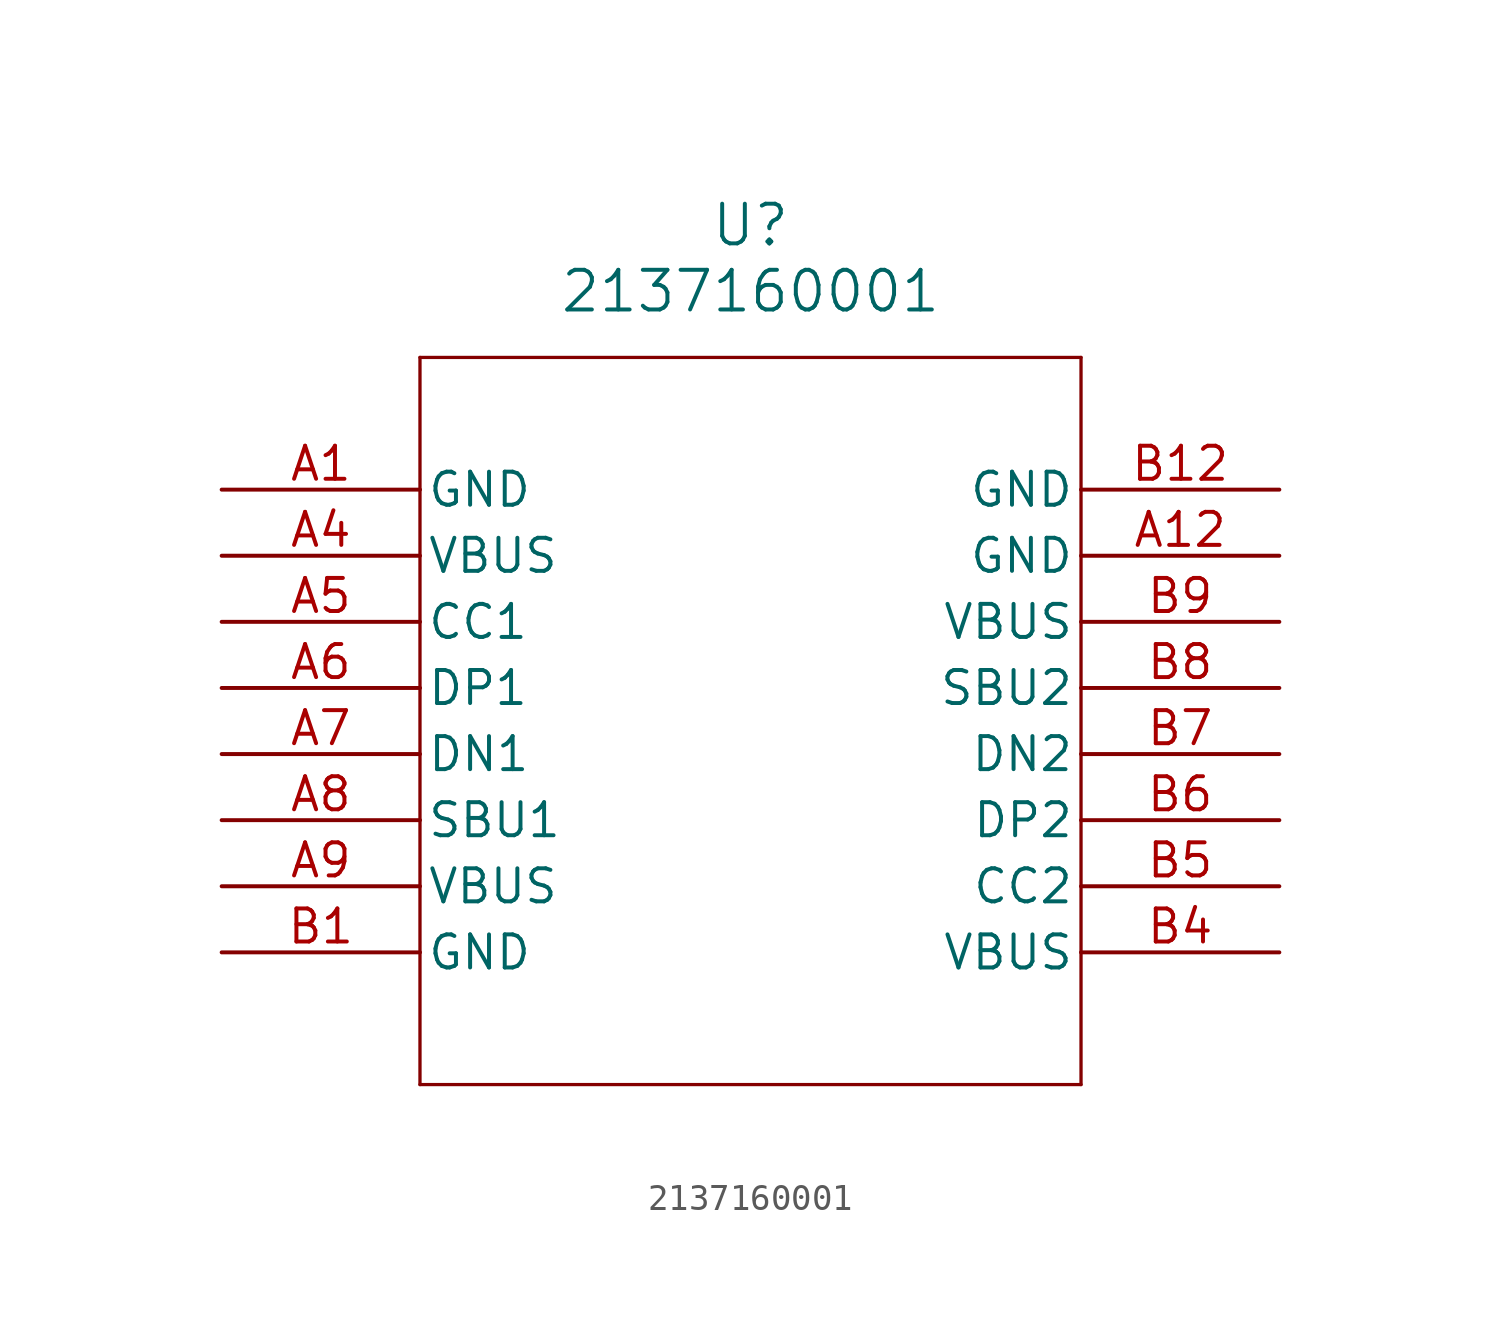
<source format=kicad_sym>
(kicad_symbol_lib
  (version 20211014)
  (generator kicad_symbol_editor)
  (symbol "2137160001"
    (pin_names
      (offset 0.254))
    (property "Reference" "U"
      (at 20.32 10.16 0)
      (effects (font (size 1.524 1.524))))
    (property "Value" "2137160001"
      (at 20.32 7.62 0)
      (effects (font (size 1.524 1.524))))
    (symbol "2137160001_0_1"
      (polyline (pts (xy 7.62 5.08) (xy 7.62 -22.86)) (stroke (width 0.127) (type default) (color 0 0 0 0)) (fill (type none)))
      (polyline (pts (xy 7.62 -22.86) (xy 33.02 -22.86)) (stroke (width 0.127) (type default) (color 0 0 0 0)) (fill (type none)))
      (polyline (pts (xy 33.02 -22.86) (xy 33.02 5.08)) (stroke (width 0.127) (type default) (color 0 0 0 0)) (fill (type none)))
      (polyline (pts (xy 33.02 5.08) (xy 7.62 5.08)) (stroke (width 0.127) (type default) (color 0 0 0 0)) (fill (type none)))
      (pin power_out line (at 0 0 0) (length 7.62) (name "GND" (effects (font (size 1.27 1.27)))) (number "A1" (effects (font (size 1.27 1.27)))))
      (pin power_in line (at 0 -2.54 0) (length 7.62) (name "VBUS" (effects (font (size 1.27 1.27)))) (number "A4" (effects (font (size 1.27 1.27)))))
      (pin bidirectional line (at 0 -5.08 0) (length 7.62) (name "CC1" (effects (font (size 1.27 1.27)))) (number "A5" (effects (font (size 1.27 1.27)))))
      (pin bidirectional line (at 0 -7.62 0) (length 7.62) (name "DP1" (effects (font (size 1.27 1.27)))) (number "A6" (effects (font (size 1.27 1.27)))))
      (pin bidirectional line (at 0 -10.16 0) (length 7.62) (name "DN1" (effects (font (size 1.27 1.27)))) (number "A7" (effects (font (size 1.27 1.27)))))
      (pin bidirectional line (at 0 -12.7 0) (length 7.62) (name "SBU1" (effects (font (size 1.27 1.27)))) (number "A8" (effects (font (size 1.27 1.27)))))
      (pin power_in line (at 0 -15.24 0) (length 7.62) (name "VBUS" (effects (font (size 1.27 1.27)))) (number "A9" (effects (font (size 1.27 1.27)))))
      (pin power_out line (at 0 -17.78 0) (length 7.62) (name "GND" (effects (font (size 1.27 1.27)))) (number "B1" (effects (font (size 1.27 1.27)))))
      (pin power_in line (at 40.64 -17.78 180) (length 7.62) (name "VBUS" (effects (font (size 1.27 1.27)))) (number "B4" (effects (font (size 1.27 1.27)))))
      (pin bidirectional line (at 40.64 -15.24 180) (length 7.62) (name "CC2" (effects (font (size 1.27 1.27)))) (number "B5" (effects (font (size 1.27 1.27)))))
      (pin bidirectional line (at 40.64 -12.7 180) (length 7.62) (name "DP2" (effects (font (size 1.27 1.27)))) (number "B6" (effects (font (size 1.27 1.27)))))
      (pin bidirectional line (at 40.64 -10.16 180) (length 7.62) (name "DN2" (effects (font (size 1.27 1.27)))) (number "B7" (effects (font (size 1.27 1.27)))))
      (pin bidirectional line (at 40.64 -7.62 180) (length 7.62) (name "SBU2" (effects (font (size 1.27 1.27)))) (number "B8" (effects (font (size 1.27 1.27)))))
      (pin power_in line (at 40.64 -5.08 180) (length 7.62) (name "VBUS" (effects (font (size 1.27 1.27)))) (number "B9" (effects (font (size 1.27 1.27)))))
      (pin power_out line (at 40.64 -2.54 180) (length 7.62) (name "GND" (effects (font (size 1.27 1.27)))) (number "A12" (effects (font (size 1.27 1.27)))))
      (pin power_out line (at 40.64 0 180) (length 7.62) (name "GND" (effects (font (size 1.27 1.27)))) (number "B12" (effects (font (size 1.27 1.27))))))))
</source>
